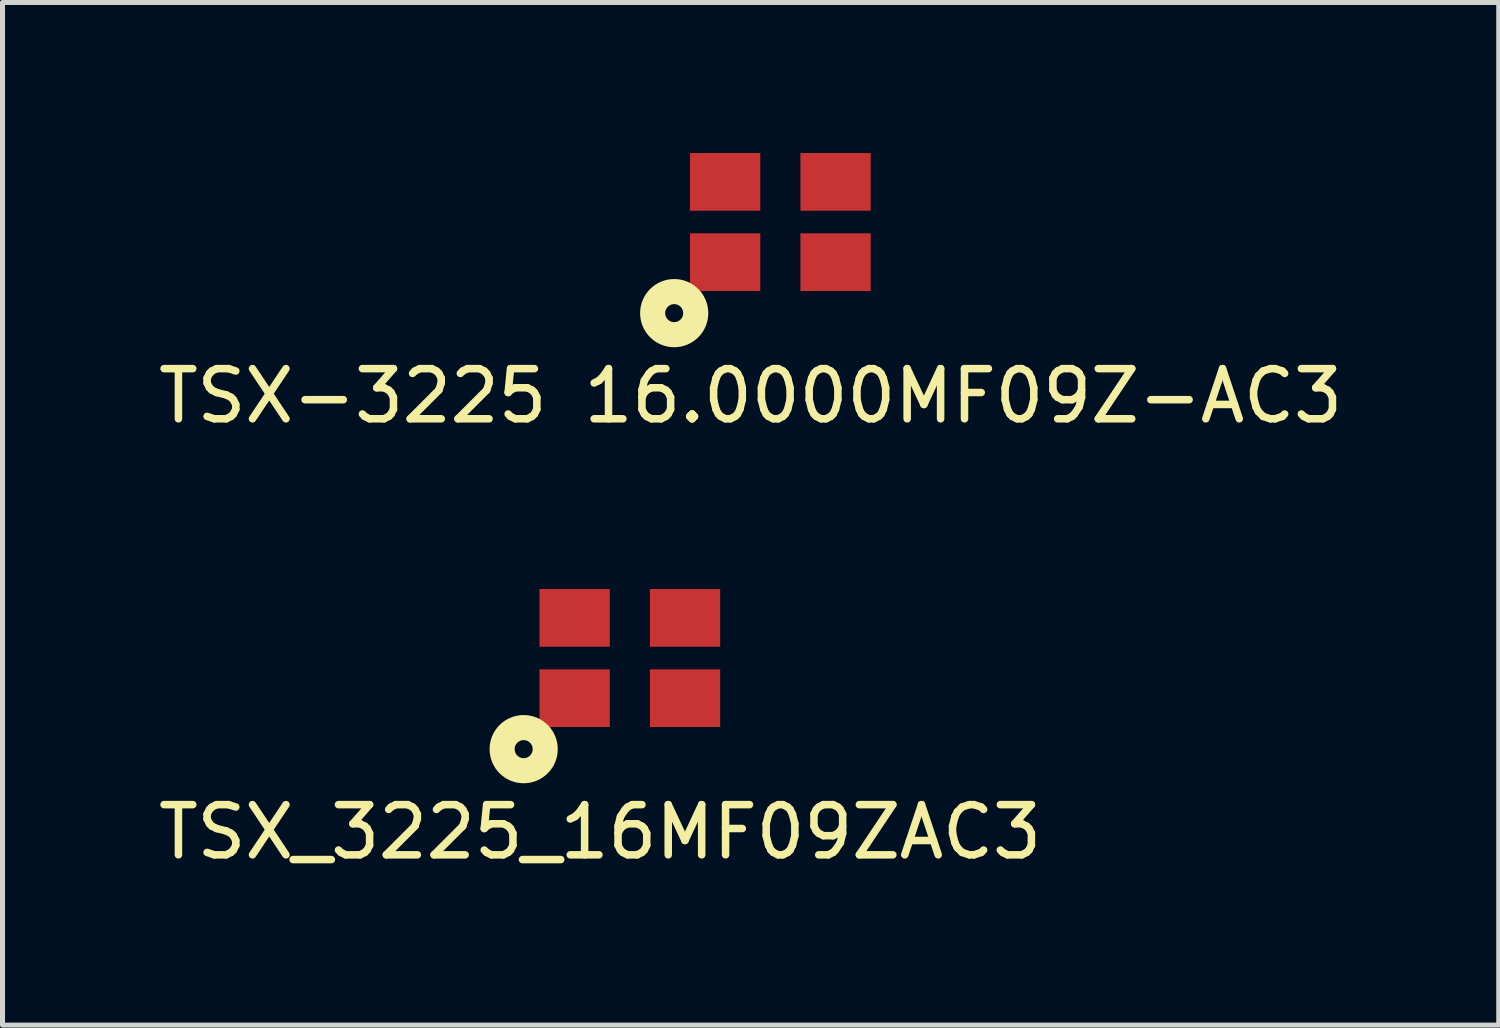
<source format=kicad_pcb>
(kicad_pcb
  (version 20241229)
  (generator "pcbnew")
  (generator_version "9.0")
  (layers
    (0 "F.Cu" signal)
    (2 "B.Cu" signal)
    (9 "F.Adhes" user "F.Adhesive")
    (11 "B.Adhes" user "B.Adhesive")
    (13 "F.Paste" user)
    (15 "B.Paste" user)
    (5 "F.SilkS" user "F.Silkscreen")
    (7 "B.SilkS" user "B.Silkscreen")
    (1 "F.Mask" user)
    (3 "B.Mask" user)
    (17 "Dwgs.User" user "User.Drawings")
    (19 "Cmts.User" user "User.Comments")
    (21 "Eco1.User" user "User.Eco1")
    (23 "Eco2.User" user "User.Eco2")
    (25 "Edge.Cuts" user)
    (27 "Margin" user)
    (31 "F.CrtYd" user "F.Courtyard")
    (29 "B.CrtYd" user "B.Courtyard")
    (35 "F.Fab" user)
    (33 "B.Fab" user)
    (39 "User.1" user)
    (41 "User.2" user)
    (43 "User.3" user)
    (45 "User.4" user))
  (footprint "TSX-3225 16.0000MF09Z-AC3"
    (layer "F.Cu")
    (at 11.403 2.175)
    (property "Reference" "TSX-3225 16.0000MF09Z-AC3" (at 0.508 2.667 0) (layer "F.SilkS") (effects (font (size 1 1) (thickness 0.15))))
    (attr through_hole)
    (fp_circle (center -1.016 1.016) (end -0.889 1.143) (stroke (width 0.5) (type solid)) (fill no) (layer "F.SilkS"))
    (pad "1" smd rect (at 0 0) (size 1.4 1.15) (layers "F.Cu" "F.Mask" "F.Paste"))
    (pad "2" smd rect (at 2.2 0) (size 1.4 1.15) (layers "F.Cu" "F.Mask" "F.Paste"))
    (pad "3" smd rect (at 2.2 -1.6) (size 1.4 1.15) (layers "F.Cu" "F.Mask" "F.Paste"))
    (pad "4" smd rect (at 0 -1.6) (size 1.4 1.15) (layers "F.Cu" "F.Mask" "F.Paste")))
  (footprint "TSX_3225_16MF09ZAC3"
    (layer "F.Cu")
    (at 8.403 10.865)
    (property "Reference" "TSX_3225_16MF09ZAC3" (at 0.508 2.667 0) (layer "F.SilkS") (effects (font (size 1 1) (thickness 0.15))))
    (attr through_hole)
    (fp_circle (center -1.016 1.016) (end -0.889 1.143) (stroke (width 0.5) (type solid)) (fill no) (layer "F.SilkS"))
    (pad "1" smd rect (at 0 -1.6) (size 1.4 1.15) (layers "F.Cu" "F.Mask" "F.Paste"))
    (pad "2" smd rect (at 2.2 -1.6) (size 1.4 1.15) (layers "F.Cu" "F.Mask" "F.Paste"))
    (pad "3" smd rect (at 2.2 0) (size 1.4 1.15) (layers "F.Cu" "F.Mask" "F.Paste"))
    (pad "4" smd rect (at 0 0) (size 1.4 1.15) (layers "F.Cu" "F.Mask" "F.Paste")))
  (gr_rect
    (start -3 -3)
    (end 26.821 17.381)
    (stroke (width 0.1) (type default))
    (fill no)
    (layer "Edge.Cuts")))
</source>
